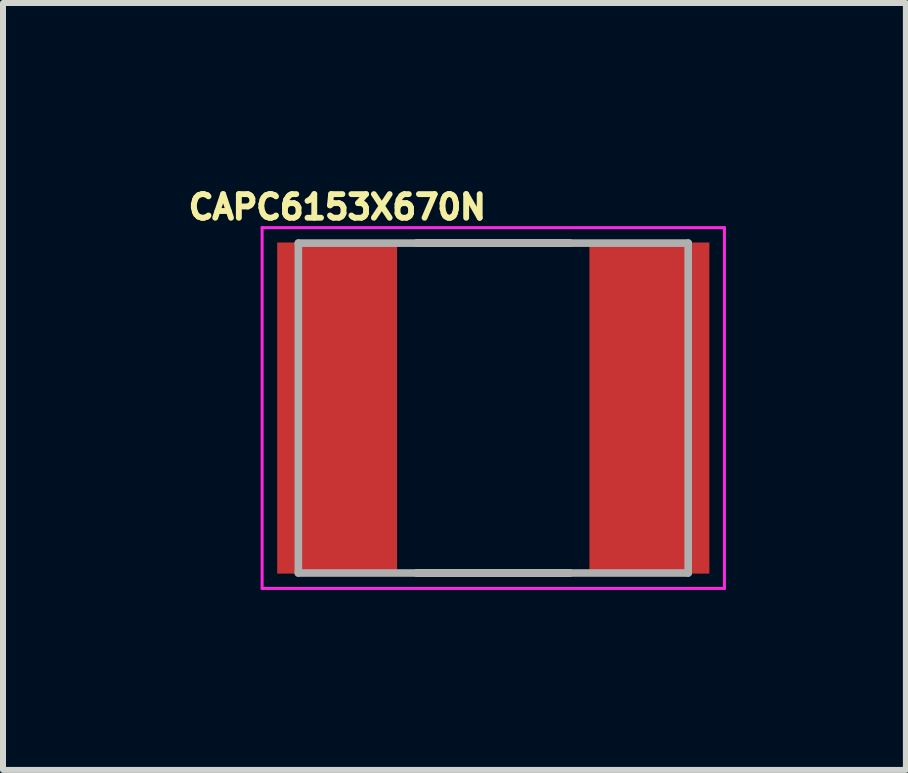
<source format=kicad_pcb>
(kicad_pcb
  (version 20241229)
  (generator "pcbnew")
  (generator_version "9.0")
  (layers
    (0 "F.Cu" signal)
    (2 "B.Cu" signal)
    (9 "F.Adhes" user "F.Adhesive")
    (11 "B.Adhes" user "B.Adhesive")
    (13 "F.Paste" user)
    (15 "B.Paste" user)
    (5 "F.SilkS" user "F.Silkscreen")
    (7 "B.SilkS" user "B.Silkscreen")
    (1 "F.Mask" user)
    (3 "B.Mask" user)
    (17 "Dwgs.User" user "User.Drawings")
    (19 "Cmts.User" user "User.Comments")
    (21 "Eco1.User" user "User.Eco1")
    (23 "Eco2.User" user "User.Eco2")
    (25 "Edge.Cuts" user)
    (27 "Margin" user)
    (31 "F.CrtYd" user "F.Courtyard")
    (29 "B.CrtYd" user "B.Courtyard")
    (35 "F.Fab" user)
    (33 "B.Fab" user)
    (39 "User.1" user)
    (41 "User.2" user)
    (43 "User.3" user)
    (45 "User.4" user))
  (footprint "CAPC6153X670N"
    (layer "F.Cu")
    (at 5.174 3.753)
    (property "Reference" "CAPC6153X670N" (at -2.6 -3.35 0) (layer "F.SilkS") (effects (font (size 0.394 0.394) (thickness 0.098))))
    (attr smd)
    (fp_line (start -1.28 -2.75) (end 1.28 -2.75) (stroke (width 0.127) (type solid)) (layer "F.SilkS"))
    (fp_line (start -1.28 2.75) (end 1.28 2.75) (stroke (width 0.127) (type solid)) (layer "F.SilkS"))
    (fp_line (start -3.854 -3.008) (end 3.854 -3.008) (stroke (width 0.05) (type solid)) (layer "F.CrtYd"))
    (fp_line (start -3.854 3.008) (end -3.854 -3.008) (stroke (width 0.05) (type solid)) (layer "F.CrtYd"))
    (fp_line (start -3.854 3.008) (end 3.854 3.008) (stroke (width 0.05) (type solid)) (layer "F.CrtYd"))
    (fp_line (start 3.854 3.008) (end 3.854 -3.008) (stroke (width 0.05) (type solid)) (layer "F.CrtYd"))
    (fp_line (start -3.25 2.75) (end -3.25 -2.75) (stroke (width 0.127) (type solid)) (layer "F.Fab"))
    (fp_line (start 3.25 -2.75) (end -3.25 -2.75) (stroke (width 0.127) (type solid)) (layer "F.Fab"))
    (fp_line (start 3.25 2.75) (end -3.25 2.75) (stroke (width 0.127) (type solid)) (layer "F.Fab"))
    (fp_line (start 3.25 2.75) (end 3.25 -2.75) (stroke (width 0.127) (type solid)) (layer "F.Fab"))
    (pad "1" smd rect (at -2.603 0) (size 2 5.52) (layers "F.Cu" "F.Mask" "F.Paste"))
    (pad "2" smd rect (at 2.603 0) (size 2 5.52) (layers "F.Cu" "F.Mask" "F.Paste")))
  (gr_rect
    (start -3 -3)
    (end 12.053 9.786)
    (stroke (width 0.1) (type default))
    (fill no)
    (layer "Edge.Cuts")))
</source>
